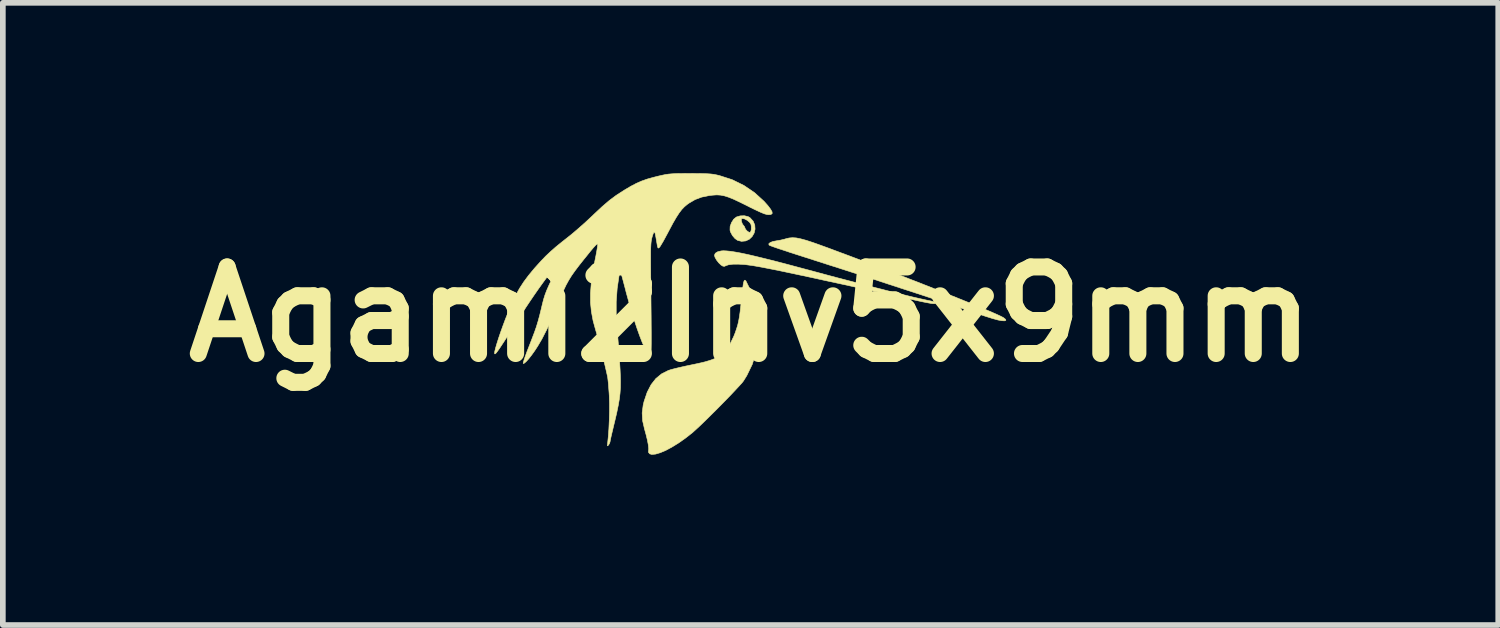
<source format=kicad_pcb>
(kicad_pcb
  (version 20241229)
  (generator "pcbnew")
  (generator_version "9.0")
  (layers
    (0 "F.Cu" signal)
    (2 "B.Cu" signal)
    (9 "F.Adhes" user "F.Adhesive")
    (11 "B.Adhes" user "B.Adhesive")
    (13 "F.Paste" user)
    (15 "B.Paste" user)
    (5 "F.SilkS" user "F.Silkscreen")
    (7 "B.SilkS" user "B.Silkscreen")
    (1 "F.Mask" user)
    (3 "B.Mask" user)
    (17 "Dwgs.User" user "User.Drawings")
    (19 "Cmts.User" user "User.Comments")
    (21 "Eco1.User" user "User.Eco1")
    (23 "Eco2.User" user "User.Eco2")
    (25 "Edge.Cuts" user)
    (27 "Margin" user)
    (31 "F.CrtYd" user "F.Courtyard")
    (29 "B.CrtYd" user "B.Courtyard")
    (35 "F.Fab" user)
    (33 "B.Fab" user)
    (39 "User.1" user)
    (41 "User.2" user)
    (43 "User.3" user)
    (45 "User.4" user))
  (footprint "Agami2Inv5x9mm"
    (layer "F.Cu")
    (at 10.167 2.486)
    (property "Reference" "Agami2Inv5x9mm" (at 0 0 0) (layer "F.SilkS") (effects (font (size 1.524 1.524) (thickness 0.3))))
    (attr through_hole)
    (fp_poly (pts (xy -0.042 -1.721) (xy -0.01 -1.703) (xy 0.046 -1.642) (xy 0.075 -1.573) (xy 0.08 -1.501) (xy 0.064 -1.432) (xy 0.029 -1.371) (xy -0.021 -1.323) (xy -0.085 -1.293) (xy -0.158 -1.286) (xy -0.227 -1.303) (xy -0.274 -1.336) (xy -0.319 -1.389) (xy -0.352 -1.451) (xy -0.361 -1.483) (xy -0.359 -1.548) (xy -0.334 -1.617) (xy -0.305 -1.661) (xy -0.163 -1.661) (xy -0.158 -1.633) (xy -0.143 -1.592) (xy -0.124 -1.566) (xy -0.123 -1.566) (xy -0.103 -1.539) (xy -0.1 -1.527) (xy -0.088 -1.499) (xy -0.06 -1.468) (xy -0.029 -1.447) (xy -0.008 -1.443) (xy 0.006 -1.462) (xy 0.014 -1.495) (xy 0.014 -1.546) (xy 0.009 -1.582) (xy -0.014 -1.619) (xy -0.056 -1.655) (xy -0.105 -1.681) (xy -0.139 -1.688) (xy -0.159 -1.683) (xy -0.163 -1.661) (xy -0.305 -1.661) (xy -0.293 -1.678) (xy -0.249 -1.714) (xy -0.182 -1.734) (xy -0.109 -1.737) (xy -0.042 -1.721)) (stroke (width 0.01) (type solid)) (fill yes) (layer "F.SilkS"))
    (fp_poly (pts (xy 0.805 -1.346) (xy 0.884 -1.33) (xy 0.98 -1.304) (xy 1.099 -1.265) (xy 1.195 -1.231) (xy 1.369 -1.168) (xy 1.556 -1.098) (xy 1.755 -1.024) (xy 1.963 -0.945) (xy 2.177 -0.864) (xy 2.395 -0.78) (xy 2.615 -0.695) (xy 2.833 -0.61) (xy 3.048 -0.526) (xy 3.257 -0.443) (xy 3.457 -0.363) (xy 3.646 -0.287) (xy 3.822 -0.216) (xy 3.981 -0.151) (xy 4.123 -0.092) (xy 4.243 -0.041) (xy 4.34 0.002) (xy 4.411 0.035) (xy 4.453 0.057) (xy 4.457 0.06) (xy 4.492 0.088) (xy 4.497 0.106) (xy 4.475 0.114) (xy 4.429 0.112) (xy 4.36 0.1) (xy 4.272 0.076) (xy 4.27 0.076) (xy 4.214 0.058) (xy 4.134 0.033) (xy 4.036 0.000334) (xy 3.925 -0.036) (xy 3.81 -0.075) (xy 3.76 -0.092) (xy 3.55 -0.163) (xy 3.311 -0.243) (xy 3.047 -0.331) (xy 2.762 -0.424) (xy 2.458 -0.523) (xy 2.141 -0.627) (xy 1.812 -0.733) (xy 1.476 -0.841) (xy 1.387 -0.869) (xy 1.173 -0.938) (xy 0.989 -0.997) (xy 0.833 -1.047) (xy 0.702 -1.089) (xy 0.595 -1.125) (xy 0.509 -1.153) (xy 0.442 -1.176) (xy 0.393 -1.193) (xy 0.358 -1.206) (xy 0.337 -1.215) (xy 0.327 -1.221) (xy 0.326 -1.222) (xy 0.322 -1.243) (xy 0.346 -1.264) (xy 0.393 -1.283) (xy 0.457 -1.295) (xy 0.528 -1.307) (xy 0.603 -1.325) (xy 0.625 -1.332) (xy 0.68 -1.345) (xy 0.739 -1.35) (xy 0.805 -1.346)) (stroke (width 0.01) (type solid)) (fill yes) (layer "F.SilkS"))
    (fp_poly (pts (xy -0.42 -1.117) (xy -0.35 -1.11) (xy -0.267 -1.097) (xy -0.168 -1.079) (xy -0.05 -1.054) (xy 0.087 -1.022) (xy 0.247 -0.983) (xy 0.432 -0.937) (xy 0.642 -0.882) (xy 0.881 -0.818) (xy 1.095 -0.761) (xy 1.313 -0.702) (xy 1.534 -0.643) (xy 1.753 -0.586) (xy 1.967 -0.53) (xy 2.173 -0.477) (xy 2.369 -0.427) (xy 2.549 -0.381) (xy 2.712 -0.341) (xy 2.855 -0.306) (xy 2.973 -0.279) (xy 3.064 -0.259) (xy 3.1 -0.251) (xy 3.174 -0.236) (xy 3.221 -0.225) (xy 3.247 -0.215) (xy 3.257 -0.206) (xy 3.259 -0.199) (xy 3.256 -0.192) (xy 3.244 -0.188) (xy 3.221 -0.188) (xy 3.183 -0.192) (xy 3.127 -0.202) (xy 3.049 -0.217) (xy 2.946 -0.239) (xy 2.815 -0.268) (xy 2.774 -0.277) (xy 2.645 -0.305) (xy 2.511 -0.335) (xy 2.38 -0.363) (xy 2.262 -0.389) (xy 2.165 -0.411) (xy 2.131 -0.418) (xy 1.821 -0.486) (xy 1.542 -0.547) (xy 1.292 -0.601) (xy 1.07 -0.65) (xy 0.873 -0.692) (xy 0.699 -0.729) (xy 0.548 -0.761) (xy 0.416 -0.788) (xy 0.303 -0.81) (xy 0.206 -0.829) (xy 0.124 -0.844) (xy 0.054 -0.856) (xy 0.029 -0.86) (xy -0.099 -0.877) (xy -0.214 -0.884) (xy -0.312 -0.883) (xy -0.387 -0.873) (xy -0.424 -0.861) (xy -0.459 -0.846) (xy -0.487 -0.849) (xy -0.519 -0.869) (xy -0.56 -0.908) (xy -0.599 -0.958) (xy -0.626 -1.007) (xy -0.635 -1.041) (xy -0.62 -1.076) (xy -0.578 -1.102) (xy -0.516 -1.117) (xy -0.477 -1.12) (xy -0.42 -1.117)) (stroke (width 0.01) (type solid)) (fill yes) (layer "F.SilkS"))
    (fp_poly (pts (xy -0.081 -0.588) (xy -0.067 -0.56) (xy -0.051 -0.526) (xy -0.024 -0.474) (xy 0.011 -0.411) (xy 0.024 -0.388) (xy 0.075 -0.288) (xy 0.111 -0.186) (xy 0.135 -0.075) (xy 0.147 0.054) (xy 0.15 0.189) (xy 0.137 0.438) (xy 0.097 0.667) (xy 0.031 0.88) (xy -0.064 1.076) (xy -0.122 1.17) (xy -0.148 1.204) (xy -0.196 1.257) (xy -0.26 1.326) (xy -0.337 1.408) (xy -0.424 1.498) (xy -0.518 1.594) (xy -0.614 1.691) (xy -0.709 1.785) (xy -0.799 1.874) (xy -0.882 1.954) (xy -0.953 2.02) (xy -1.008 2.07) (xy -1.019 2.08) (xy -1.141 2.176) (xy -1.262 2.262) (xy -1.38 2.335) (xy -1.489 2.394) (xy -1.588 2.436) (xy -1.672 2.461) (xy -1.739 2.467) (xy -1.776 2.456) (xy -1.798 2.427) (xy -1.796 2.406) (xy -1.793 2.365) (xy -1.8 2.299) (xy -1.816 2.214) (xy -1.84 2.116) (xy -1.866 2.022) (xy -1.9 1.875) (xy -1.908 1.736) (xy -1.89 1.597) (xy -1.874 1.532) (xy -1.819 1.37) (xy -1.75 1.237) (xy -1.667 1.131) (xy -1.566 1.048) (xy -1.447 0.988) (xy -1.441 0.986) (xy -1.397 0.972) (xy -1.328 0.954) (xy -1.24 0.933) (xy -1.142 0.911) (xy -1.061 0.894) (xy -0.922 0.865) (xy -0.812 0.839) (xy -0.725 0.814) (xy -0.656 0.79) (xy -0.6 0.763) (xy -0.552 0.732) (xy -0.507 0.696) (xy -0.504 0.693) (xy -0.421 0.606) (xy -0.353 0.508) (xy -0.295 0.388) (xy -0.269 0.323) (xy -0.246 0.255) (xy -0.226 0.191) (xy -0.21 0.123) (xy -0.196 0.046) (xy -0.183 -0.046) (xy -0.17 -0.161) (xy -0.158 -0.267) (xy -0.146 -0.382) (xy -0.136 -0.468) (xy -0.128 -0.529) (xy -0.12 -0.568) (xy -0.112 -0.591) (xy -0.104 -0.6) (xy -0.098 -0.602) (xy -0.081 -0.588)) (stroke (width 0.01) (type solid)) (fill yes) (layer "F.SilkS"))
    (fp_poly (pts (xy -0.936 -2.48) (xy -0.837 -2.479) (xy -0.76 -2.476) (xy -0.698 -2.472) (xy -0.644 -2.465) (xy -0.594 -2.455) (xy -0.544 -2.443) (xy -0.322 -2.371) (xy -0.116 -2.27) (xy 0.071 -2.143) (xy 0.238 -1.991) (xy 0.304 -1.917) (xy 0.354 -1.851) (xy 0.38 -1.804) (xy 0.381 -1.774) (xy 0.357 -1.758) (xy 0.318 -1.755) (xy 0.286 -1.759) (xy 0.243 -1.771) (xy 0.184 -1.795) (xy 0.106 -1.831) (xy 0.004 -1.88) (xy -0.062 -1.914) (xy -0.192 -1.978) (xy -0.298 -2.028) (xy -0.385 -2.063) (xy -0.461 -2.087) (xy -0.529 -2.1) (xy -0.596 -2.104) (xy -0.666 -2.099) (xy -0.727 -2.092) (xy -0.86 -2.065) (xy -0.975 -2.022) (xy -1.081 -1.96) (xy -1.115 -1.936) (xy -1.164 -1.895) (xy -1.211 -1.846) (xy -1.258 -1.784) (xy -1.309 -1.705) (xy -1.367 -1.605) (xy -1.434 -1.479) (xy -1.452 -1.445) (xy -1.496 -1.363) (xy -1.536 -1.289) (xy -1.571 -1.23) (xy -1.595 -1.191) (xy -1.603 -1.181) (xy -1.618 -1.168) (xy -1.628 -1.169) (xy -1.637 -1.189) (xy -1.645 -1.233) (xy -1.653 -1.281) (xy -1.668 -1.368) (xy -1.679 -1.423) (xy -1.69 -1.448) (xy -1.702 -1.446) (xy -1.715 -1.417) (xy -1.731 -1.369) (xy -1.739 -1.34) (xy -1.745 -1.311) (xy -1.75 -1.277) (xy -1.754 -1.235) (xy -1.757 -1.181) (xy -1.759 -1.113) (xy -1.759 -1.026) (xy -1.759 -0.916) (xy -1.758 -0.781) (xy -1.757 -0.617) (xy -1.756 -0.593) (xy -1.754 -0.352) (xy -1.752 -0.143) (xy -1.75 0.038) (xy -1.749 0.192) (xy -1.748 0.321) (xy -1.748 0.427) (xy -1.748 0.513) (xy -1.749 0.581) (xy -1.75 0.633) (xy -1.752 0.67) (xy -1.754 0.696) (xy -1.757 0.713) (xy -1.761 0.722) (xy -1.765 0.726) (xy -1.77 0.727) (xy -1.771 0.727) (xy -1.795 0.711) (xy -1.826 0.666) (xy -1.863 0.594) (xy -1.905 0.499) (xy -1.95 0.383) (xy -1.998 0.249) (xy -2.047 0.101) (xy -2.097 -0.06) (xy -2.146 -0.229) (xy -2.194 -0.404) (xy -2.197 -0.418) (xy -2.219 -0.502) (xy -2.241 -0.585) (xy -2.26 -0.655) (xy -2.269 -0.685) (xy -2.295 -0.777) (xy -2.317 -0.668) (xy -2.348 -0.457) (xy -2.365 -0.224) (xy -2.365 0.022) (xy -2.35 0.271) (xy -2.347 0.309) (xy -2.335 0.43) (xy -2.324 0.565) (xy -2.314 0.704) (xy -2.305 0.842) (xy -2.297 0.971) (xy -2.292 1.084) (xy -2.29 1.173) (xy -2.29 1.195) (xy -2.291 1.294) (xy -2.298 1.391) (xy -2.31 1.491) (xy -2.329 1.602) (xy -2.355 1.729) (xy -2.39 1.879) (xy -2.405 1.94) (xy -2.427 2.033) (xy -2.447 2.116) (xy -2.462 2.182) (xy -2.471 2.227) (xy -2.473 2.242) (xy -2.483 2.273) (xy -2.499 2.299) (xy -2.515 2.316) (xy -2.52 2.312) (xy -2.518 2.28) (xy -2.516 2.264) (xy -2.504 2.151) (xy -2.494 2.014) (xy -2.487 1.865) (xy -2.483 1.712) (xy -2.483 1.567) (xy -2.487 1.438) (xy -2.49 1.389) (xy -2.497 1.3) (xy -2.503 1.218) (xy -2.51 1.154) (xy -2.515 1.112) (xy -2.516 1.105) (xy -2.538 1.006) (xy -2.566 0.886) (xy -2.598 0.754) (xy -2.633 0.619) (xy -2.667 0.49) (xy -2.698 0.375) (xy -2.725 0.283) (xy -2.727 0.277) (xy -2.772 0.113) (xy -2.802 -0.047) (xy -2.818 -0.207) (xy -2.818 -0.374) (xy -2.804 -0.555) (xy -2.776 -0.754) (xy -2.741 -0.941) (xy -2.723 -1.031) (xy -2.708 -1.112) (xy -2.697 -1.178) (xy -2.691 -1.221) (xy -2.69 -1.231) (xy -2.694 -1.241) (xy -2.706 -1.236) (xy -2.73 -1.215) (xy -2.766 -1.175) (xy -2.817 -1.115) (xy -2.884 -1.031) (xy -2.936 -0.967) (xy -3.023 -0.857) (xy -3.094 -0.763) (xy -3.153 -0.679) (xy -3.203 -0.598) (xy -3.249 -0.514) (xy -3.294 -0.419) (xy -3.342 -0.308) (xy -3.397 -0.174) (xy -3.41 -0.142) (xy -3.501 0.078) (xy -3.589 0.269) (xy -3.674 0.435) (xy -3.749 0.562) (xy -3.801 0.642) (xy -3.854 0.716) (xy -3.904 0.78) (xy -3.948 0.829) (xy -3.982 0.859) (xy -4.002 0.866) (xy -4.003 0.865) (xy -4.001 0.847) (xy -3.988 0.802) (xy -3.966 0.737) (xy -3.936 0.655) (xy -3.9 0.563) (xy -3.897 0.556) (xy -3.846 0.424) (xy -3.804 0.314) (xy -3.77 0.216) (xy -3.741 0.12) (xy -3.713 0.017) (xy -3.684 -0.102) (xy -3.667 -0.174) (xy -3.645 -0.261) (xy -3.62 -0.341) (xy -3.589 -0.423) (xy -3.549 -0.514) (xy -3.496 -0.625) (xy -3.489 -0.64) (xy -3.447 -0.726) (xy -3.412 -0.801) (xy -3.384 -0.861) (xy -3.368 -0.9) (xy -3.364 -0.913) (xy -3.379 -0.906) (xy -3.411 -0.875) (xy -3.456 -0.822) (xy -3.513 -0.751) (xy -3.578 -0.664) (xy -3.65 -0.566) (xy -3.727 -0.459) (xy -3.805 -0.347) (xy -3.883 -0.232) (xy -3.959 -0.118) (xy -4.027 -0.011) (xy -4.095 0.097) (xy -4.17 0.215) (xy -4.245 0.332) (xy -4.314 0.438) (xy -4.353 0.498) (xy -4.409 0.583) (xy -4.45 0.642) (xy -4.478 0.679) (xy -4.495 0.695) (xy -4.505 0.695) (xy -4.508 0.685) (xy -4.504 0.653) (xy -4.49 0.595) (xy -4.467 0.516) (xy -4.437 0.421) (xy -4.401 0.315) (xy -4.361 0.204) (xy -4.319 0.091) (xy -4.276 -0.018) (xy -4.269 -0.036) (xy -4.2 -0.199) (xy -4.134 -0.338) (xy -4.066 -0.46) (xy -3.992 -0.574) (xy -3.907 -0.688) (xy -3.805 -0.811) (xy -3.769 -0.851) (xy -3.686 -0.943) (xy -3.606 -1.026) (xy -3.522 -1.105) (xy -3.43 -1.186) (xy -3.322 -1.274) (xy -3.2 -1.37) (xy -3.12 -1.435) (xy -3.026 -1.516) (xy -2.925 -1.605) (xy -2.827 -1.696) (xy -2.757 -1.762) (xy -2.614 -1.896) (xy -2.487 -2.005) (xy -2.373 -2.09) (xy -2.348 -2.107) (xy -2.219 -2.19) (xy -2.109 -2.255) (xy -2.01 -2.307) (xy -1.914 -2.349) (xy -1.814 -2.384) (xy -1.701 -2.415) (xy -1.621 -2.435) (xy -1.555 -2.45) (xy -1.498 -2.462) (xy -1.443 -2.47) (xy -1.384 -2.475) (xy -1.314 -2.479) (xy -1.227 -2.48) (xy -1.115 -2.481) (xy -1.061 -2.481) (xy -0.936 -2.48)) (stroke (width 0.01) (type solid)) (fill yes) (layer "F.SilkS")))
  (gr_rect
    (start -3 -3)
    (end 23.335 7.957)
    (stroke (width 0.1) (type default))
    (fill no)
    (layer "Edge.Cuts")))
</source>
